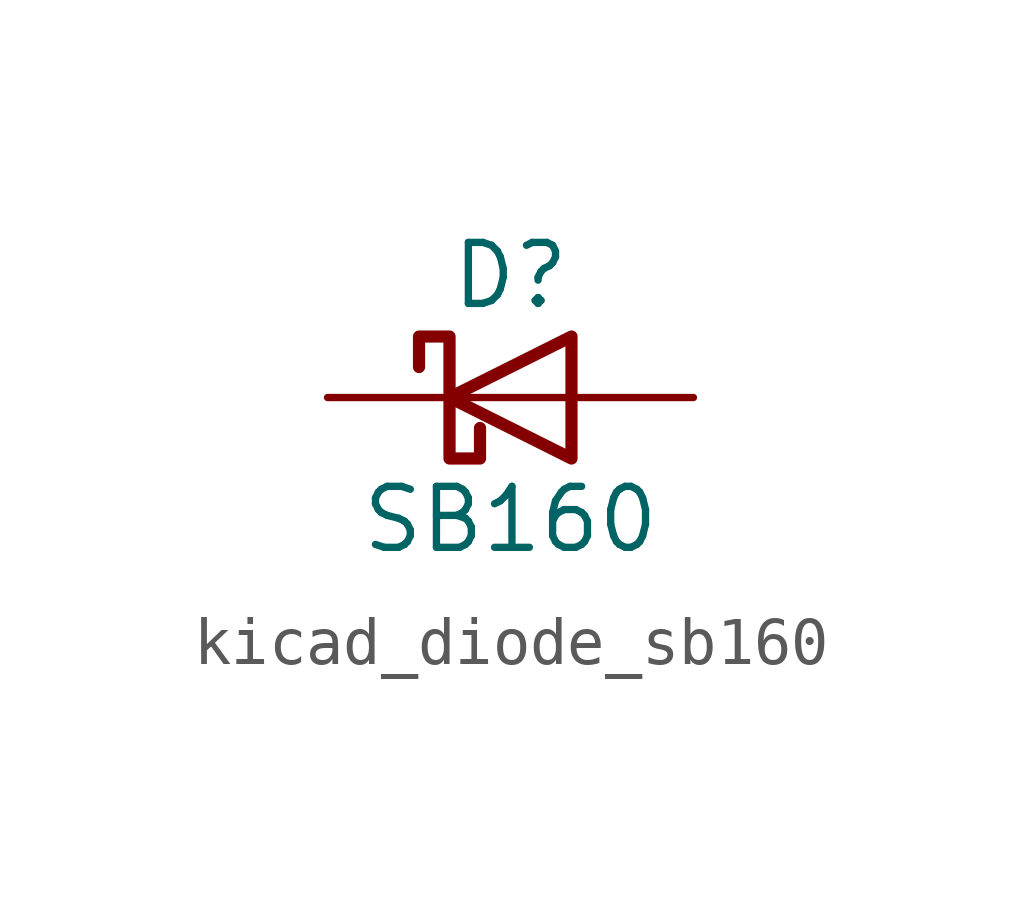
<source format=kicad_sym>
(kicad_symbol_lib
  (version 20220914)
  (generator kicad_symbol_editor)
  (symbol "kicad_diode_sb160"
    (pin_numbers hide)
    (pin_names
      (offset 1.016) hide)
    (property "Reference" "D"
      (at 0 2.54 0)
      (effects (font (size 1.27 1.27))))
    (property "Value" "SB160"
      (at 0 -2.54 0)
      (effects (font (size 1.27 1.27))))
    (symbol "kicad_diode_sb160_0_1"
      (polyline (pts (xy 1.27 0) (xy -1.27 0)) (stroke (width 0) (type default)) (fill (type none)))
      (polyline (pts (xy 1.27 1.27) (xy 1.27 -1.27) (xy -1.27 0) (xy 1.27 1.27)) (stroke (width 0.254) (type default)) (fill (type none)))
      (polyline (pts (xy -1.905 0.635) (xy -1.905 1.27) (xy -1.27 1.27) (xy -1.27 -1.27) (xy -0.635 -1.27) (xy -0.635 -0.635)) (stroke (width 0.254) (type default)) (fill (type none))))
    (symbol "kicad_diode_sb160_1_1"
      (pin passive line (at -3.81 0 0) (length 2.54) (name "K" (effects (font (size 1.27 1.27)))) (number "1" (effects (font (size 1.27 1.27)))))
      (pin passive line (at 3.81 0 180) (length 2.54) (name "A" (effects (font (size 1.27 1.27)))) (number "2" (effects (font (size 1.27 1.27))))))))
</source>
